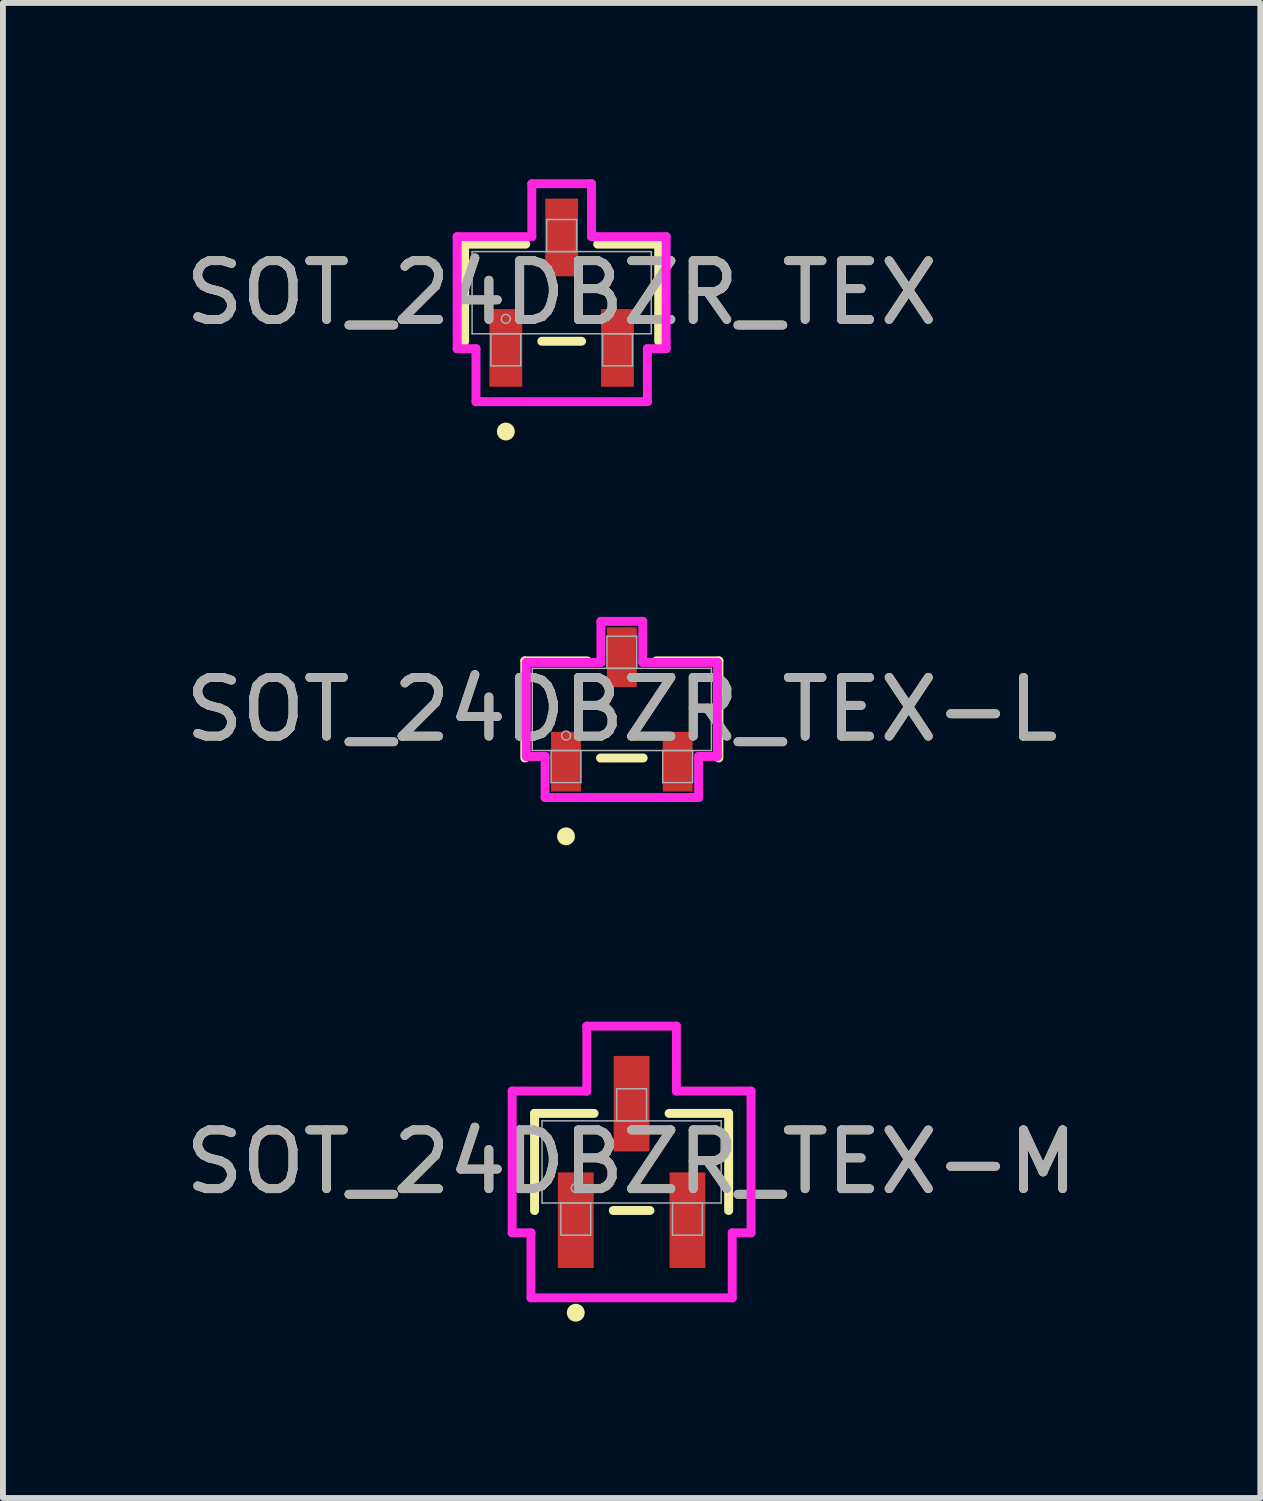
<source format=kicad_pcb>
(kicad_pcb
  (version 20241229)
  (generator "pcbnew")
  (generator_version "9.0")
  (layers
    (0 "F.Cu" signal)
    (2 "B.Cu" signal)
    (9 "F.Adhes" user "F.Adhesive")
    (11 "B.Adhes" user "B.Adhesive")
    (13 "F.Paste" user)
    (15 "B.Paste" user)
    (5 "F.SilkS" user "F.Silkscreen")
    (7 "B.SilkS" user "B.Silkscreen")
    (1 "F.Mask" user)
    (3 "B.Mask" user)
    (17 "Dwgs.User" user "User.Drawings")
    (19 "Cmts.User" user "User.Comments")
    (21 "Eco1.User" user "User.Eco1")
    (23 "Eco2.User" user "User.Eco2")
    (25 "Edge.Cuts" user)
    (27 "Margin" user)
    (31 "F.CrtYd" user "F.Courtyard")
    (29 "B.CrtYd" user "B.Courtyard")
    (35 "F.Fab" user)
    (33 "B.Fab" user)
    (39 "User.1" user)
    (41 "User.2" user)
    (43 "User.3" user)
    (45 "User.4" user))
  (footprint "SOT_24DBZR_TEX-M"
    (layer "F.Cu")
    (at 7.696 16.719)
    (property "Reference" "SOT_24DBZR_TEX-M" (at 0 0 0) (unlocked yes) (layer "F.SilkS") (effects (font (size 1 1) (thickness 0.15))))
    (attr smd)
    (fp_line (start -1.651 -0.826) (end -1.651 0.826) (stroke (width 0.152) (type solid)) (layer "F.SilkS"))
    (fp_line (start -0.638 -0.826) (end -1.651 -0.826) (stroke (width 0.152) (type solid)) (layer "F.SilkS"))
    (fp_line (start -0.312 0.826) (end 0.312 0.826) (stroke (width 0.152) (type solid)) (layer "F.SilkS"))
    (fp_line (start 1.651 -0.826) (end 0.638 -0.826) (stroke (width 0.152) (type solid)) (layer "F.SilkS"))
    (fp_line (start 1.651 0.826) (end 1.651 -0.826) (stroke (width 0.152) (type solid)) (layer "F.SilkS"))
    (fp_circle (center -0.95 2.565) (end -0.874 2.565) (stroke (width 0.152) (type solid)) (fill no) (layer "F.SilkS"))
    (fp_line (start -2.032 -1.206) (end -0.762 -1.206) (stroke (width 0.152) (type solid)) (layer "F.CrtYd"))
    (fp_line (start -2.032 1.206) (end -2.032 -1.206) (stroke (width 0.152) (type solid)) (layer "F.CrtYd"))
    (fp_line (start -2.032 1.206) (end -1.712 1.206) (stroke (width 0.152) (type solid)) (layer "F.CrtYd"))
    (fp_line (start -1.712 1.206) (end -1.712 2.311) (stroke (width 0.152) (type solid)) (layer "F.CrtYd"))
    (fp_line (start -1.712 2.311) (end 1.712 2.311) (stroke (width 0.152) (type solid)) (layer "F.CrtYd"))
    (fp_line (start -0.762 -2.311) (end 0.762 -2.311) (stroke (width 0.152) (type solid)) (layer "F.CrtYd"))
    (fp_line (start -0.762 -1.206) (end -0.762 -2.311) (stroke (width 0.152) (type solid)) (layer "F.CrtYd"))
    (fp_line (start 0.762 -1.206) (end 0.762 -2.311) (stroke (width 0.152) (type solid)) (layer "F.CrtYd"))
    (fp_line (start 1.712 1.206) (end 1.712 2.311) (stroke (width 0.152) (type solid)) (layer "F.CrtYd"))
    (fp_line (start 2.032 -1.206) (end 0.762 -1.206) (stroke (width 0.152) (type solid)) (layer "F.CrtYd"))
    (fp_line (start 2.032 -1.206) (end 2.032 1.206) (stroke (width 0.152) (type solid)) (layer "F.CrtYd"))
    (fp_line (start 2.032 1.206) (end 1.712 1.206) (stroke (width 0.152) (type solid)) (layer "F.CrtYd"))
    (fp_line (start -1.524 -0.699) (end -1.524 0.699) (stroke (width 0.025) (type solid)) (layer "F.Fab"))
    (fp_line (start -1.524 0.699) (end 1.524 0.699) (stroke (width 0.025) (type solid)) (layer "F.Fab"))
    (fp_line (start -1.204 0.699) (end -1.204 1.245) (stroke (width 0.025) (type solid)) (layer "F.Fab"))
    (fp_line (start -1.204 1.245) (end -0.696 1.245) (stroke (width 0.025) (type solid)) (layer "F.Fab"))
    (fp_line (start -0.696 0.699) (end -1.204 0.699) (stroke (width 0.025) (type solid)) (layer "F.Fab"))
    (fp_line (start -0.696 1.245) (end -0.696 0.699) (stroke (width 0.025) (type solid)) (layer "F.Fab"))
    (fp_line (start -0.254 -1.245) (end -0.254 -0.699) (stroke (width 0.025) (type solid)) (layer "F.Fab"))
    (fp_line (start -0.254 -0.699) (end 0.254 -0.699) (stroke (width 0.025) (type solid)) (layer "F.Fab"))
    (fp_line (start 0.254 -1.245) (end -0.254 -1.245) (stroke (width 0.025) (type solid)) (layer "F.Fab"))
    (fp_line (start 0.254 -0.699) (end 0.254 -1.245) (stroke (width 0.025) (type solid)) (layer "F.Fab"))
    (fp_line (start 0.696 0.699) (end 0.696 1.245) (stroke (width 0.025) (type solid)) (layer "F.Fab"))
    (fp_line (start 0.696 1.245) (end 1.204 1.245) (stroke (width 0.025) (type solid)) (layer "F.Fab"))
    (fp_line (start 1.204 0.699) (end 0.696 0.699) (stroke (width 0.025) (type solid)) (layer "F.Fab"))
    (fp_line (start 1.204 1.245) (end 1.204 0.699) (stroke (width 0.025) (type solid)) (layer "F.Fab"))
    (fp_line (start 1.524 -0.699) (end -1.524 -0.699) (stroke (width 0.025) (type solid)) (layer "F.Fab"))
    (fp_line (start 1.524 0.699) (end 1.524 -0.699) (stroke (width 0.025) (type solid)) (layer "F.Fab"))
    (fp_circle (center -0.95 0.445) (end -0.874 0.445) (stroke (width 0.025) (type solid)) (fill no) (layer "F.Fab"))
    (fp_text user "${REFERENCE}" (at 0 0 0) (unlocked yes) (layer "F.Fab") (effects (font (size 1 1) (thickness 0.15))))
    (pad "1" smd rect (at -0.95 0.991) (size 0.61 1.626) (layers "F.Cu" "F.Mask" "F.Paste"))
    (pad "2" smd rect (at 0.95 0.991) (size 0.61 1.626) (layers "F.Cu" "F.Mask" "F.Paste"))
    (pad "3" smd rect (at 0 -0.991) (size 0.61 1.626) (layers "F.Cu" "F.Mask" "F.Paste")))
  (footprint "SOT_24DBZR_TEX"
    (layer "F.Cu")
    (at 6.506 1.93)
    (property "Reference" "SOT_24DBZR_TEX" (at 0 0 0) (unlocked yes) (layer "F.SilkS") (effects (font (size 1 1) (thickness 0.15))))
    (attr smd)
    (fp_line (start -1.651 -0.826) (end -1.651 0.826) (stroke (width 0.152) (type solid)) (layer "F.SilkS"))
    (fp_line (start -0.612 -0.826) (end -1.651 -0.826) (stroke (width 0.152) (type solid)) (layer "F.SilkS"))
    (fp_line (start -0.338 0.826) (end 0.338 0.826) (stroke (width 0.152) (type solid)) (layer "F.SilkS"))
    (fp_line (start 1.651 -0.826) (end 0.612 -0.826) (stroke (width 0.152) (type solid)) (layer "F.SilkS"))
    (fp_line (start 1.651 0.826) (end 1.651 -0.826) (stroke (width 0.152) (type solid)) (layer "F.SilkS"))
    (fp_circle (center -0.95 2.362) (end -0.874 2.362) (stroke (width 0.152) (type solid)) (fill no) (layer "F.SilkS"))
    (fp_line (start -1.778 -0.953) (end -0.508 -0.953) (stroke (width 0.152) (type solid)) (layer "F.CrtYd"))
    (fp_line (start -1.778 0.953) (end -1.778 -0.953) (stroke (width 0.152) (type solid)) (layer "F.CrtYd"))
    (fp_line (start -1.778 0.953) (end -1.458 0.953) (stroke (width 0.152) (type solid)) (layer "F.CrtYd"))
    (fp_line (start -1.458 0.953) (end -1.458 1.854) (stroke (width 0.152) (type solid)) (layer "F.CrtYd"))
    (fp_line (start -1.458 1.854) (end 1.458 1.854) (stroke (width 0.152) (type solid)) (layer "F.CrtYd"))
    (fp_line (start -0.508 -1.854) (end 0.508 -1.854) (stroke (width 0.152) (type solid)) (layer "F.CrtYd"))
    (fp_line (start -0.508 -0.953) (end -0.508 -1.854) (stroke (width 0.152) (type solid)) (layer "F.CrtYd"))
    (fp_line (start 0.508 -0.953) (end 0.508 -1.854) (stroke (width 0.152) (type solid)) (layer "F.CrtYd"))
    (fp_line (start 1.458 0.953) (end 1.458 1.854) (stroke (width 0.152) (type solid)) (layer "F.CrtYd"))
    (fp_line (start 1.778 -0.953) (end 0.508 -0.953) (stroke (width 0.152) (type solid)) (layer "F.CrtYd"))
    (fp_line (start 1.778 -0.953) (end 1.778 0.953) (stroke (width 0.152) (type solid)) (layer "F.CrtYd"))
    (fp_line (start 1.778 0.953) (end 1.458 0.953) (stroke (width 0.152) (type solid)) (layer "F.CrtYd"))
    (fp_line (start -1.524 -0.699) (end -1.524 0.699) (stroke (width 0.025) (type solid)) (layer "F.Fab"))
    (fp_line (start -1.524 0.699) (end 1.524 0.699) (stroke (width 0.025) (type solid)) (layer "F.Fab"))
    (fp_line (start -1.204 0.699) (end -1.204 1.245) (stroke (width 0.025) (type solid)) (layer "F.Fab"))
    (fp_line (start -1.204 1.245) (end -0.696 1.245) (stroke (width 0.025) (type solid)) (layer "F.Fab"))
    (fp_line (start -0.696 0.699) (end -1.204 0.699) (stroke (width 0.025) (type solid)) (layer "F.Fab"))
    (fp_line (start -0.696 1.245) (end -0.696 0.699) (stroke (width 0.025) (type solid)) (layer "F.Fab"))
    (fp_line (start -0.254 -1.245) (end -0.254 -0.699) (stroke (width 0.025) (type solid)) (layer "F.Fab"))
    (fp_line (start -0.254 -0.699) (end 0.254 -0.699) (stroke (width 0.025) (type solid)) (layer "F.Fab"))
    (fp_line (start 0.254 -1.245) (end -0.254 -1.245) (stroke (width 0.025) (type solid)) (layer "F.Fab"))
    (fp_line (start 0.254 -0.699) (end 0.254 -1.245) (stroke (width 0.025) (type solid)) (layer "F.Fab"))
    (fp_line (start 0.696 0.699) (end 0.696 1.245) (stroke (width 0.025) (type solid)) (layer "F.Fab"))
    (fp_line (start 0.696 1.245) (end 1.204 1.245) (stroke (width 0.025) (type solid)) (layer "F.Fab"))
    (fp_line (start 1.204 0.699) (end 0.696 0.699) (stroke (width 0.025) (type solid)) (layer "F.Fab"))
    (fp_line (start 1.204 1.245) (end 1.204 0.699) (stroke (width 0.025) (type solid)) (layer "F.Fab"))
    (fp_line (start 1.524 -0.699) (end -1.524 -0.699) (stroke (width 0.025) (type solid)) (layer "F.Fab"))
    (fp_line (start 1.524 0.699) (end 1.524 -0.699) (stroke (width 0.025) (type solid)) (layer "F.Fab"))
    (fp_circle (center -0.95 0.445) (end -0.874 0.445) (stroke (width 0.025) (type solid)) (fill no) (layer "F.Fab"))
    (fp_text user "${REFERENCE}" (at 0 0 0) (unlocked yes) (layer "F.Fab") (effects (font (size 1 1) (thickness 0.15))))
    (pad "1" smd rect (at -0.95 0.94) (size 0.559 1.321) (layers "F.Cu" "F.Mask" "F.Paste"))
    (pad "2" smd rect (at 0.95 0.94) (size 0.559 1.321) (layers "F.Cu" "F.Mask" "F.Paste"))
    (pad "3" smd rect (at 0 -0.94) (size 0.559 1.321) (layers "F.Cu" "F.Mask" "F.Paste")))
  (footprint "SOT_24DBZR_TEX-L"
    (layer "F.Cu")
    (at 7.53 9.02)
    (property "Reference" "SOT_24DBZR_TEX-L" (at 0 0 0) (unlocked yes) (layer "F.SilkS") (effects (font (size 1 1) (thickness 0.15))))
    (attr smd)
    (fp_line (start -1.651 -0.826) (end -1.651 0.826) (stroke (width 0.152) (type solid)) (layer "F.SilkS"))
    (fp_line (start -0.587 -0.826) (end -1.651 -0.826) (stroke (width 0.152) (type solid)) (layer "F.SilkS"))
    (fp_line (start -0.363 0.826) (end 0.363 0.826) (stroke (width 0.152) (type solid)) (layer "F.SilkS"))
    (fp_line (start 1.651 -0.826) (end 0.587 -0.826) (stroke (width 0.152) (type solid)) (layer "F.SilkS"))
    (fp_line (start 1.651 0.826) (end 1.651 -0.826) (stroke (width 0.152) (type solid)) (layer "F.SilkS"))
    (fp_circle (center -0.95 2.159) (end -0.874 2.159) (stroke (width 0.152) (type solid)) (fill no) (layer "F.SilkS"))
    (fp_line (start -1.626 -0.8) (end -0.356 -0.8) (stroke (width 0.152) (type solid)) (layer "F.CrtYd"))
    (fp_line (start -1.626 0.8) (end -1.626 -0.8) (stroke (width 0.152) (type solid)) (layer "F.CrtYd"))
    (fp_line (start -1.626 0.8) (end -1.306 0.8) (stroke (width 0.152) (type solid)) (layer "F.CrtYd"))
    (fp_line (start -1.306 0.8) (end -1.306 1.499) (stroke (width 0.152) (type solid)) (layer "F.CrtYd"))
    (fp_line (start -1.306 1.499) (end 1.306 1.499) (stroke (width 0.152) (type solid)) (layer "F.CrtYd"))
    (fp_line (start -0.356 -1.499) (end 0.356 -1.499) (stroke (width 0.152) (type solid)) (layer "F.CrtYd"))
    (fp_line (start -0.356 -0.8) (end -0.356 -1.499) (stroke (width 0.152) (type solid)) (layer "F.CrtYd"))
    (fp_line (start 0.356 -0.8) (end 0.356 -1.499) (stroke (width 0.152) (type solid)) (layer "F.CrtYd"))
    (fp_line (start 1.306 0.8) (end 1.306 1.499) (stroke (width 0.152) (type solid)) (layer "F.CrtYd"))
    (fp_line (start 1.626 -0.8) (end 0.356 -0.8) (stroke (width 0.152) (type solid)) (layer "F.CrtYd"))
    (fp_line (start 1.626 -0.8) (end 1.626 0.8) (stroke (width 0.152) (type solid)) (layer "F.CrtYd"))
    (fp_line (start 1.626 0.8) (end 1.306 0.8) (stroke (width 0.152) (type solid)) (layer "F.CrtYd"))
    (fp_line (start -1.524 -0.699) (end -1.524 0.699) (stroke (width 0.025) (type solid)) (layer "F.Fab"))
    (fp_line (start -1.524 0.699) (end 1.524 0.699) (stroke (width 0.025) (type solid)) (layer "F.Fab"))
    (fp_line (start -1.204 0.699) (end -1.204 1.245) (stroke (width 0.025) (type solid)) (layer "F.Fab"))
    (fp_line (start -1.204 1.245) (end -0.696 1.245) (stroke (width 0.025) (type solid)) (layer "F.Fab"))
    (fp_line (start -0.696 0.699) (end -1.204 0.699) (stroke (width 0.025) (type solid)) (layer "F.Fab"))
    (fp_line (start -0.696 1.245) (end -0.696 0.699) (stroke (width 0.025) (type solid)) (layer "F.Fab"))
    (fp_line (start -0.254 -1.245) (end -0.254 -0.699) (stroke (width 0.025) (type solid)) (layer "F.Fab"))
    (fp_line (start -0.254 -0.699) (end 0.254 -0.699) (stroke (width 0.025) (type solid)) (layer "F.Fab"))
    (fp_line (start 0.254 -1.245) (end -0.254 -1.245) (stroke (width 0.025) (type solid)) (layer "F.Fab"))
    (fp_line (start 0.254 -0.699) (end 0.254 -1.245) (stroke (width 0.025) (type solid)) (layer "F.Fab"))
    (fp_line (start 0.696 0.699) (end 0.696 1.245) (stroke (width 0.025) (type solid)) (layer "F.Fab"))
    (fp_line (start 0.696 1.245) (end 1.204 1.245) (stroke (width 0.025) (type solid)) (layer "F.Fab"))
    (fp_line (start 1.204 0.699) (end 0.696 0.699) (stroke (width 0.025) (type solid)) (layer "F.Fab"))
    (fp_line (start 1.204 1.245) (end 1.204 0.699) (stroke (width 0.025) (type solid)) (layer "F.Fab"))
    (fp_line (start 1.524 -0.699) (end -1.524 -0.699) (stroke (width 0.025) (type solid)) (layer "F.Fab"))
    (fp_line (start 1.524 0.699) (end 1.524 -0.699) (stroke (width 0.025) (type solid)) (layer "F.Fab"))
    (fp_circle (center -0.95 0.445) (end -0.874 0.445) (stroke (width 0.025) (type solid)) (fill no) (layer "F.Fab"))
    (fp_text user "${REFERENCE}" (at 0 0 0) (unlocked yes) (layer "F.Fab") (effects (font (size 1 1) (thickness 0.15))))
    (pad "1" smd rect (at -0.95 0.889) (size 0.508 1.016) (layers "F.Cu" "F.Mask" "F.Paste"))
    (pad "2" smd rect (at 0.95 0.889) (size 0.508 1.016) (layers "F.Cu" "F.Mask" "F.Paste"))
    (pad "3" smd rect (at 0 -0.889) (size 0.508 1.016) (layers "F.Cu" "F.Mask" "F.Paste")))
  (gr_rect
    (start -3 -3)
    (end 18.393 22.437)
    (stroke (width 0.1) (type default))
    (fill no)
    (layer "Edge.Cuts")))
</source>
